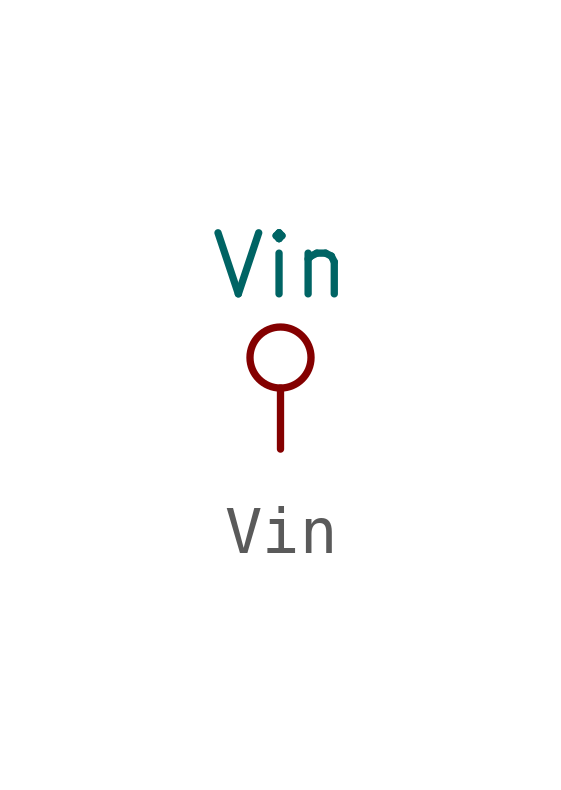
<source format=kicad_sym>
(kicad_symbol_lib
  (version 20211014)
  (generator kicad_symbol_editor)
  (symbol "Vin"
    (power)
    (pin_names
      (offset 0))
    (property "Reference" "#PWR"
      (at 0 -3.81 0)
      (effects (font (size 1.27 1.27)) hide))
    (property "Value" "Vin"
      (at 0 3.81 0)
      (effects (font (size 1.27 1.27))))
    (property "Footprint" ""
      (at 0 0 0)
      (effects (font (size 1.27 1.27))))
    (property "Datasheet" ""
      (at 0 0 0)
      (effects (font (size 1.27 1.27))))
    (symbol "Vin_0_1"
      (polyline (pts (xy 0 0) (xy 0 1.27)) (stroke (width 0) (type default) (color 0 0 0 0)) (fill (type none)))
      (circle (center 0 1.905) (radius 0.635) (stroke (width 0) (type default) (color 0 0 0 0)) (fill (type none))))
    (symbol "Vin_1_1"
      (pin power_in line (at 0 0 180) (length 0) hide (name "Vin" (effects (font (size 1.27 1.27)))) (number "1" (effects (font (size 1.27 1.27))))))))
</source>
